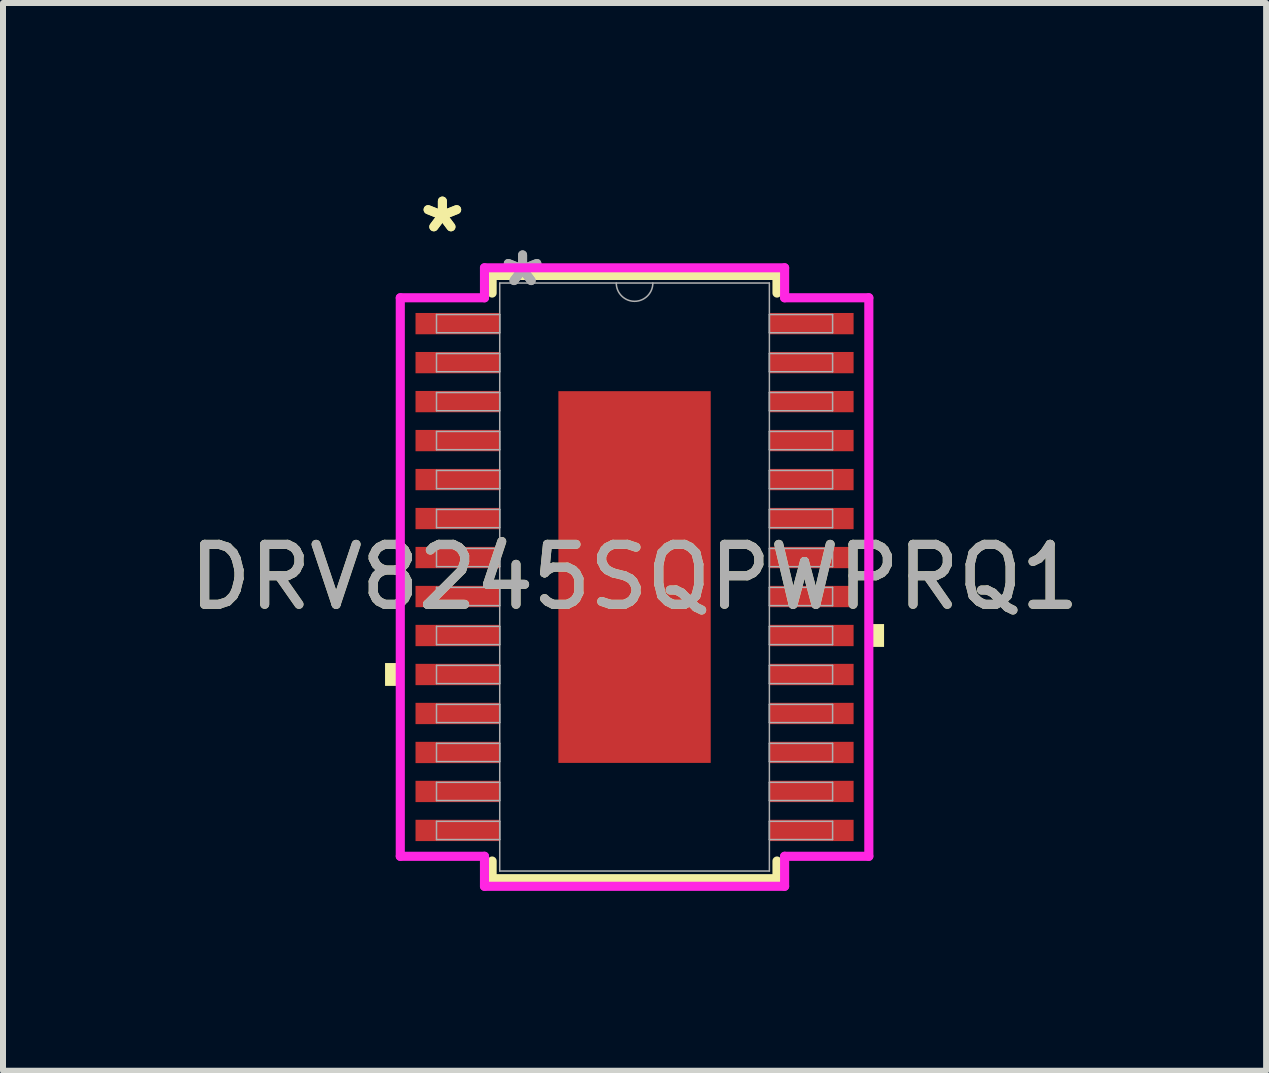
<source format=kicad_pcb>
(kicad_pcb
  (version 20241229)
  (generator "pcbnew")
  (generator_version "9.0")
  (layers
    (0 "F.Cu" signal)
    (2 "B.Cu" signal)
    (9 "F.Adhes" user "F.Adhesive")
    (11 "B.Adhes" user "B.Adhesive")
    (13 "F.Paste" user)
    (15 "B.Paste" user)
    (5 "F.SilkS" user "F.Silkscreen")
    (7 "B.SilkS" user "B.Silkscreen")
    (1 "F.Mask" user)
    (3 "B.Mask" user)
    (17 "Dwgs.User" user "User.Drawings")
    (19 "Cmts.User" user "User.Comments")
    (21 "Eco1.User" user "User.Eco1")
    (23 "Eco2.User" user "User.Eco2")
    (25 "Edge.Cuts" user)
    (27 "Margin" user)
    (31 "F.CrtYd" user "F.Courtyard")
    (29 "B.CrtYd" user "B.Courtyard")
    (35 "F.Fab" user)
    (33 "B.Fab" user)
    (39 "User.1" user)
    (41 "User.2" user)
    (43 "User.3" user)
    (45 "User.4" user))
  (footprint "DRV8245SQPWPRQ1"
    (layer "F.Cu")
    (at 7.53 6.571)
    (property "Reference" "DRV8245SQPWPRQ1" (at 0 0 0) (unlocked yes) (layer "F.SilkS") (effects (font (size 1 1) (thickness 0.15))))
    (attr smd)
    (fp_line (start -2.375 -5.029) (end -2.375 -4.735) (stroke (width 0.152) (type solid)) (layer "F.SilkS"))
    (fp_line (start -2.375 4.735) (end -2.375 5.029) (stroke (width 0.152) (type solid)) (layer "F.SilkS"))
    (fp_line (start -2.375 5.029) (end 2.375 5.029) (stroke (width 0.152) (type solid)) (layer "F.SilkS"))
    (fp_line (start 2.375 -5.029) (end -2.375 -5.029) (stroke (width 0.152) (type solid)) (layer "F.SilkS"))
    (fp_line (start 2.375 -4.735) (end 2.375 -5.029) (stroke (width 0.152) (type solid)) (layer "F.SilkS"))
    (fp_line (start 2.375 5.029) (end 2.375 4.735) (stroke (width 0.152) (type solid)) (layer "F.SilkS"))
    (fp_poly (pts (xy -4.16 1.434) (xy -4.16 1.815) (xy -3.906 1.815) (xy -3.906 1.434)) (stroke (width 0) (type solid)) (fill yes) (layer "F.SilkS"))
    (fp_poly (pts (xy 4.16 0.784) (xy 4.16 1.165) (xy 3.906 1.165) (xy 3.906 0.784)) (stroke (width 0) (type solid)) (fill yes) (layer "F.SilkS"))
    (fp_poly (pts (xy -1.17 -2.999) (xy -1.17 -1.649) (xy -0.1 -1.649) (xy -0.1 -2.999)) (stroke (width 0) (type solid)) (fill yes) (layer "F.Paste"))
    (fp_poly (pts (xy -1.17 -1.449) (xy -1.17 -0.1) (xy -0.1 -0.1) (xy -0.1 -1.449)) (stroke (width 0) (type solid)) (fill yes) (layer "F.Paste"))
    (fp_poly (pts (xy -1.17 0.1) (xy -1.17 1.449) (xy -0.1 1.449) (xy -0.1 0.1)) (stroke (width 0) (type solid)) (fill yes) (layer "F.Paste"))
    (fp_poly (pts (xy -1.17 1.649) (xy -1.17 2.999) (xy -0.1 2.999) (xy -0.1 1.649)) (stroke (width 0) (type solid)) (fill yes) (layer "F.Paste"))
    (fp_poly (pts (xy 0.1 -2.999) (xy 0.1 -1.649) (xy 1.17 -1.649) (xy 1.17 -2.999)) (stroke (width 0) (type solid)) (fill yes) (layer "F.Paste"))
    (fp_poly (pts (xy 0.1 -1.449) (xy 0.1 -0.1) (xy 1.17 -0.1) (xy 1.17 -1.449)) (stroke (width 0) (type solid)) (fill yes) (layer "F.Paste"))
    (fp_poly (pts (xy 0.1 0.1) (xy 0.1 1.449) (xy 1.17 1.449) (xy 1.17 0.1)) (stroke (width 0) (type solid)) (fill yes) (layer "F.Paste"))
    (fp_poly (pts (xy 0.1 1.649) (xy 0.1 2.999) (xy 1.17 2.999) (xy 1.17 1.649)) (stroke (width 0) (type solid)) (fill yes) (layer "F.Paste"))
    (fp_line (start -3.906 -4.656) (end -2.502 -4.656) (stroke (width 0.152) (type solid)) (layer "F.CrtYd"))
    (fp_line (start -3.906 4.656) (end -3.906 -4.656) (stroke (width 0.152) (type solid)) (layer "F.CrtYd"))
    (fp_line (start -3.906 4.656) (end -2.502 4.656) (stroke (width 0.152) (type solid)) (layer "F.CrtYd"))
    (fp_line (start -2.502 -5.156) (end 2.502 -5.156) (stroke (width 0.152) (type solid)) (layer "F.CrtYd"))
    (fp_line (start -2.502 -4.656) (end -2.502 -5.156) (stroke (width 0.152) (type solid)) (layer "F.CrtYd"))
    (fp_line (start -2.502 5.156) (end -2.502 4.656) (stroke (width 0.152) (type solid)) (layer "F.CrtYd"))
    (fp_line (start 2.502 -5.156) (end 2.502 -4.656) (stroke (width 0.152) (type solid)) (layer "F.CrtYd"))
    (fp_line (start 2.502 4.656) (end 2.502 5.156) (stroke (width 0.152) (type solid)) (layer "F.CrtYd"))
    (fp_line (start 2.502 5.156) (end -2.502 5.156) (stroke (width 0.152) (type solid)) (layer "F.CrtYd"))
    (fp_line (start 3.906 -4.656) (end 2.502 -4.656) (stroke (width 0.152) (type solid)) (layer "F.CrtYd"))
    (fp_line (start 3.906 -4.656) (end 3.906 4.656) (stroke (width 0.152) (type solid)) (layer "F.CrtYd"))
    (fp_line (start 3.906 4.656) (end 2.502 4.656) (stroke (width 0.152) (type solid)) (layer "F.CrtYd"))
    (fp_line (start -3.302 -4.377) (end -3.302 -4.073) (stroke (width 0.025) (type solid)) (layer "F.Fab"))
    (fp_line (start -3.302 -4.073) (end -2.248 -4.073) (stroke (width 0.025) (type solid)) (layer "F.Fab"))
    (fp_line (start -3.302 -3.727) (end -3.302 -3.423) (stroke (width 0.025) (type solid)) (layer "F.Fab"))
    (fp_line (start -3.302 -3.423) (end -2.248 -3.423) (stroke (width 0.025) (type solid)) (layer "F.Fab"))
    (fp_line (start -3.302 -3.077) (end -3.302 -2.773) (stroke (width 0.025) (type solid)) (layer "F.Fab"))
    (fp_line (start -3.302 -2.773) (end -2.248 -2.773) (stroke (width 0.025) (type solid)) (layer "F.Fab"))
    (fp_line (start -3.302 -2.427) (end -3.302 -2.123) (stroke (width 0.025) (type solid)) (layer "F.Fab"))
    (fp_line (start -3.302 -2.123) (end -2.248 -2.123) (stroke (width 0.025) (type solid)) (layer "F.Fab"))
    (fp_line (start -3.302 -1.777) (end -3.302 -1.473) (stroke (width 0.025) (type solid)) (layer "F.Fab"))
    (fp_line (start -3.302 -1.473) (end -2.248 -1.473) (stroke (width 0.025) (type solid)) (layer "F.Fab"))
    (fp_line (start -3.302 -1.127) (end -3.302 -0.823) (stroke (width 0.025) (type solid)) (layer "F.Fab"))
    (fp_line (start -3.302 -0.823) (end -2.248 -0.823) (stroke (width 0.025) (type solid)) (layer "F.Fab"))
    (fp_line (start -3.302 -0.477) (end -3.302 -0.173) (stroke (width 0.025) (type solid)) (layer "F.Fab"))
    (fp_line (start -3.302 -0.173) (end -2.248 -0.173) (stroke (width 0.025) (type solid)) (layer "F.Fab"))
    (fp_line (start -3.302 0.173) (end -3.302 0.477) (stroke (width 0.025) (type solid)) (layer "F.Fab"))
    (fp_line (start -3.302 0.477) (end -2.248 0.477) (stroke (width 0.025) (type solid)) (layer "F.Fab"))
    (fp_line (start -3.302 0.823) (end -3.302 1.127) (stroke (width 0.025) (type solid)) (layer "F.Fab"))
    (fp_line (start -3.302 1.127) (end -2.248 1.127) (stroke (width 0.025) (type solid)) (layer "F.Fab"))
    (fp_line (start -3.302 1.473) (end -3.302 1.777) (stroke (width 0.025) (type solid)) (layer "F.Fab"))
    (fp_line (start -3.302 1.777) (end -2.248 1.777) (stroke (width 0.025) (type solid)) (layer "F.Fab"))
    (fp_line (start -3.302 2.123) (end -3.302 2.427) (stroke (width 0.025) (type solid)) (layer "F.Fab"))
    (fp_line (start -3.302 2.427) (end -2.248 2.427) (stroke (width 0.025) (type solid)) (layer "F.Fab"))
    (fp_line (start -3.302 2.773) (end -3.302 3.077) (stroke (width 0.025) (type solid)) (layer "F.Fab"))
    (fp_line (start -3.302 3.077) (end -2.248 3.077) (stroke (width 0.025) (type solid)) (layer "F.Fab"))
    (fp_line (start -3.302 3.423) (end -3.302 3.727) (stroke (width 0.025) (type solid)) (layer "F.Fab"))
    (fp_line (start -3.302 3.727) (end -2.248 3.727) (stroke (width 0.025) (type solid)) (layer "F.Fab"))
    (fp_line (start -3.302 4.073) (end -3.302 4.377) (stroke (width 0.025) (type solid)) (layer "F.Fab"))
    (fp_line (start -3.302 4.377) (end -2.248 4.377) (stroke (width 0.025) (type solid)) (layer "F.Fab"))
    (fp_line (start -2.248 -4.902) (end -2.248 4.902) (stroke (width 0.025) (type solid)) (layer "F.Fab"))
    (fp_line (start -2.248 -4.377) (end -3.302 -4.377) (stroke (width 0.025) (type solid)) (layer "F.Fab"))
    (fp_line (start -2.248 -4.073) (end -2.248 -4.377) (stroke (width 0.025) (type solid)) (layer "F.Fab"))
    (fp_line (start -2.248 -3.727) (end -3.302 -3.727) (stroke (width 0.025) (type solid)) (layer "F.Fab"))
    (fp_line (start -2.248 -3.423) (end -2.248 -3.727) (stroke (width 0.025) (type solid)) (layer "F.Fab"))
    (fp_line (start -2.248 -3.077) (end -3.302 -3.077) (stroke (width 0.025) (type solid)) (layer "F.Fab"))
    (fp_line (start -2.248 -2.773) (end -2.248 -3.077) (stroke (width 0.025) (type solid)) (layer "F.Fab"))
    (fp_line (start -2.248 -2.427) (end -3.302 -2.427) (stroke (width 0.025) (type solid)) (layer "F.Fab"))
    (fp_line (start -2.248 -2.123) (end -2.248 -2.427) (stroke (width 0.025) (type solid)) (layer "F.Fab"))
    (fp_line (start -2.248 -1.777) (end -3.302 -1.777) (stroke (width 0.025) (type solid)) (layer "F.Fab"))
    (fp_line (start -2.248 -1.473) (end -2.248 -1.777) (stroke (width 0.025) (type solid)) (layer "F.Fab"))
    (fp_line (start -2.248 -1.127) (end -3.302 -1.127) (stroke (width 0.025) (type solid)) (layer "F.Fab"))
    (fp_line (start -2.248 -0.823) (end -2.248 -1.127) (stroke (width 0.025) (type solid)) (layer "F.Fab"))
    (fp_line (start -2.248 -0.477) (end -3.302 -0.477) (stroke (width 0.025) (type solid)) (layer "F.Fab"))
    (fp_line (start -2.248 -0.173) (end -2.248 -0.477) (stroke (width 0.025) (type solid)) (layer "F.Fab"))
    (fp_line (start -2.248 0.173) (end -3.302 0.173) (stroke (width 0.025) (type solid)) (layer "F.Fab"))
    (fp_line (start -2.248 0.477) (end -2.248 0.173) (stroke (width 0.025) (type solid)) (layer "F.Fab"))
    (fp_line (start -2.248 0.823) (end -3.302 0.823) (stroke (width 0.025) (type solid)) (layer "F.Fab"))
    (fp_line (start -2.248 1.127) (end -2.248 0.823) (stroke (width 0.025) (type solid)) (layer "F.Fab"))
    (fp_line (start -2.248 1.473) (end -3.302 1.473) (stroke (width 0.025) (type solid)) (layer "F.Fab"))
    (fp_line (start -2.248 1.777) (end -2.248 1.473) (stroke (width 0.025) (type solid)) (layer "F.Fab"))
    (fp_line (start -2.248 2.123) (end -3.302 2.123) (stroke (width 0.025) (type solid)) (layer "F.Fab"))
    (fp_line (start -2.248 2.427) (end -2.248 2.123) (stroke (width 0.025) (type solid)) (layer "F.Fab"))
    (fp_line (start -2.248 2.773) (end -3.302 2.773) (stroke (width 0.025) (type solid)) (layer "F.Fab"))
    (fp_line (start -2.248 3.077) (end -2.248 2.773) (stroke (width 0.025) (type solid)) (layer "F.Fab"))
    (fp_line (start -2.248 3.423) (end -3.302 3.423) (stroke (width 0.025) (type solid)) (layer "F.Fab"))
    (fp_line (start -2.248 3.727) (end -2.248 3.423) (stroke (width 0.025) (type solid)) (layer "F.Fab"))
    (fp_line (start -2.248 4.073) (end -3.302 4.073) (stroke (width 0.025) (type solid)) (layer "F.Fab"))
    (fp_line (start -2.248 4.377) (end -2.248 4.073) (stroke (width 0.025) (type solid)) (layer "F.Fab"))
    (fp_line (start -2.248 4.902) (end 2.248 4.902) (stroke (width 0.025) (type solid)) (layer "F.Fab"))
    (fp_line (start 2.248 -4.902) (end -2.248 -4.902) (stroke (width 0.025) (type solid)) (layer "F.Fab"))
    (fp_line (start 2.248 -4.377) (end 2.248 -4.073) (stroke (width 0.025) (type solid)) (layer "F.Fab"))
    (fp_line (start 2.248 -4.073) (end 3.302 -4.073) (stroke (width 0.025) (type solid)) (layer "F.Fab"))
    (fp_line (start 2.248 -3.727) (end 2.248 -3.423) (stroke (width 0.025) (type solid)) (layer "F.Fab"))
    (fp_line (start 2.248 -3.423) (end 3.302 -3.423) (stroke (width 0.025) (type solid)) (layer "F.Fab"))
    (fp_line (start 2.248 -3.077) (end 2.248 -2.773) (stroke (width 0.025) (type solid)) (layer "F.Fab"))
    (fp_line (start 2.248 -2.773) (end 3.302 -2.773) (stroke (width 0.025) (type solid)) (layer "F.Fab"))
    (fp_line (start 2.248 -2.427) (end 2.248 -2.123) (stroke (width 0.025) (type solid)) (layer "F.Fab"))
    (fp_line (start 2.248 -2.123) (end 3.302 -2.123) (stroke (width 0.025) (type solid)) (layer "F.Fab"))
    (fp_line (start 2.248 -1.777) (end 2.248 -1.473) (stroke (width 0.025) (type solid)) (layer "F.Fab"))
    (fp_line (start 2.248 -1.473) (end 3.302 -1.473) (stroke (width 0.025) (type solid)) (layer "F.Fab"))
    (fp_line (start 2.248 -1.127) (end 2.248 -0.823) (stroke (width 0.025) (type solid)) (layer "F.Fab"))
    (fp_line (start 2.248 -0.823) (end 3.302 -0.823) (stroke (width 0.025) (type solid)) (layer "F.Fab"))
    (fp_line (start 2.248 -0.477) (end 2.248 -0.173) (stroke (width 0.025) (type solid)) (layer "F.Fab"))
    (fp_line (start 2.248 -0.173) (end 3.302 -0.173) (stroke (width 0.025) (type solid)) (layer "F.Fab"))
    (fp_line (start 2.248 0.173) (end 2.248 0.477) (stroke (width 0.025) (type solid)) (layer "F.Fab"))
    (fp_line (start 2.248 0.477) (end 3.302 0.477) (stroke (width 0.025) (type solid)) (layer "F.Fab"))
    (fp_line (start 2.248 0.823) (end 2.248 1.127) (stroke (width 0.025) (type solid)) (layer "F.Fab"))
    (fp_line (start 2.248 1.127) (end 3.302 1.127) (stroke (width 0.025) (type solid)) (layer "F.Fab"))
    (fp_line (start 2.248 1.473) (end 2.248 1.777) (stroke (width 0.025) (type solid)) (layer "F.Fab"))
    (fp_line (start 2.248 1.777) (end 3.302 1.777) (stroke (width 0.025) (type solid)) (layer "F.Fab"))
    (fp_line (start 2.248 2.123) (end 2.248 2.427) (stroke (width 0.025) (type solid)) (layer "F.Fab"))
    (fp_line (start 2.248 2.427) (end 3.302 2.427) (stroke (width 0.025) (type solid)) (layer "F.Fab"))
    (fp_line (start 2.248 2.773) (end 2.248 3.077) (stroke (width 0.025) (type solid)) (layer "F.Fab"))
    (fp_line (start 2.248 3.077) (end 3.302 3.077) (stroke (width 0.025) (type solid)) (layer "F.Fab"))
    (fp_line (start 2.248 3.423) (end 2.248 3.727) (stroke (width 0.025) (type solid)) (layer "F.Fab"))
    (fp_line (start 2.248 3.727) (end 3.302 3.727) (stroke (width 0.025) (type solid)) (layer "F.Fab"))
    (fp_line (start 2.248 4.073) (end 2.248 4.377) (stroke (width 0.025) (type solid)) (layer "F.Fab"))
    (fp_line (start 2.248 4.377) (end 3.302 4.377) (stroke (width 0.025) (type solid)) (layer "F.Fab"))
    (fp_line (start 2.248 4.902) (end 2.248 -4.902) (stroke (width 0.025) (type solid)) (layer "F.Fab"))
    (fp_line (start 3.302 -4.377) (end 2.248 -4.377) (stroke (width 0.025) (type solid)) (layer "F.Fab"))
    (fp_line (start 3.302 -4.073) (end 3.302 -4.377) (stroke (width 0.025) (type solid)) (layer "F.Fab"))
    (fp_line (start 3.302 -3.727) (end 2.248 -3.727) (stroke (width 0.025) (type solid)) (layer "F.Fab"))
    (fp_line (start 3.302 -3.423) (end 3.302 -3.727) (stroke (width 0.025) (type solid)) (layer "F.Fab"))
    (fp_line (start 3.302 -3.077) (end 2.248 -3.077) (stroke (width 0.025) (type solid)) (layer "F.Fab"))
    (fp_line (start 3.302 -2.773) (end 3.302 -3.077) (stroke (width 0.025) (type solid)) (layer "F.Fab"))
    (fp_line (start 3.302 -2.427) (end 2.248 -2.427) (stroke (width 0.025) (type solid)) (layer "F.Fab"))
    (fp_line (start 3.302 -2.123) (end 3.302 -2.427) (stroke (width 0.025) (type solid)) (layer "F.Fab"))
    (fp_line (start 3.302 -1.777) (end 2.248 -1.777) (stroke (width 0.025) (type solid)) (layer "F.Fab"))
    (fp_line (start 3.302 -1.473) (end 3.302 -1.777) (stroke (width 0.025) (type solid)) (layer "F.Fab"))
    (fp_line (start 3.302 -1.127) (end 2.248 -1.127) (stroke (width 0.025) (type solid)) (layer "F.Fab"))
    (fp_line (start 3.302 -0.823) (end 3.302 -1.127) (stroke (width 0.025) (type solid)) (layer "F.Fab"))
    (fp_line (start 3.302 -0.477) (end 2.248 -0.477) (stroke (width 0.025) (type solid)) (layer "F.Fab"))
    (fp_line (start 3.302 -0.173) (end 3.302 -0.477) (stroke (width 0.025) (type solid)) (layer "F.Fab"))
    (fp_line (start 3.302 0.173) (end 2.248 0.173) (stroke (width 0.025) (type solid)) (layer "F.Fab"))
    (fp_line (start 3.302 0.477) (end 3.302 0.173) (stroke (width 0.025) (type solid)) (layer "F.Fab"))
    (fp_line (start 3.302 0.823) (end 2.248 0.823) (stroke (width 0.025) (type solid)) (layer "F.Fab"))
    (fp_line (start 3.302 1.127) (end 3.302 0.823) (stroke (width 0.025) (type solid)) (layer "F.Fab"))
    (fp_line (start 3.302 1.473) (end 2.248 1.473) (stroke (width 0.025) (type solid)) (layer "F.Fab"))
    (fp_line (start 3.302 1.777) (end 3.302 1.473) (stroke (width 0.025) (type solid)) (layer "F.Fab"))
    (fp_line (start 3.302 2.123) (end 2.248 2.123) (stroke (width 0.025) (type solid)) (layer "F.Fab"))
    (fp_line (start 3.302 2.427) (end 3.302 2.123) (stroke (width 0.025) (type solid)) (layer "F.Fab"))
    (fp_line (start 3.302 2.773) (end 2.248 2.773) (stroke (width 0.025) (type solid)) (layer "F.Fab"))
    (fp_line (start 3.302 3.077) (end 3.302 2.773) (stroke (width 0.025) (type solid)) (layer "F.Fab"))
    (fp_line (start 3.302 3.423) (end 2.248 3.423) (stroke (width 0.025) (type solid)) (layer "F.Fab"))
    (fp_line (start 3.302 3.727) (end 3.302 3.423) (stroke (width 0.025) (type solid)) (layer "F.Fab"))
    (fp_line (start 3.302 4.073) (end 2.248 4.073) (stroke (width 0.025) (type solid)) (layer "F.Fab"))
    (fp_line (start 3.302 4.377) (end 3.302 4.073) (stroke (width 0.025) (type solid)) (layer "F.Fab"))
    (fp_arc (start 0.3048 -4.9022) (mid 0 -4.5974) (end -0.3048 -4.9022) (stroke (width 0.0254) (type solid)) (layer "F.Fab"))
    (fp_text user "*" (at -3.204 -5.723 0) (layer "F.SilkS") (effects (font (size 1 1) (thickness 0.15))))
    (fp_text user "*" (at -3.204 -5.723 0) (unlocked yes) (layer "F.SilkS") (effects (font (size 1 1) (thickness 0.15))))
    (fp_text user "${REFERENCE}" (at 0 0 0) (unlocked yes) (layer "F.Fab") (effects (font (size 1 1) (thickness 0.15))))
    (fp_text user "*" (at -1.867 -4.826 0) (unlocked yes) (layer "F.Fab") (effects (font (size 1 1) (thickness 0.15))))
    (fp_text user "*" (at -1.867 -4.826 0) (layer "F.Fab") (effects (font (size 1 1) (thickness 0.15))))
    (pad "1" smd rect (at -2.95 -4.225) (size 1.404 0.355) (layers "F.Cu" "F.Mask" "F.Paste"))
    (pad "2" smd rect (at -2.95 -3.575) (size 1.404 0.355) (layers "F.Cu" "F.Mask" "F.Paste"))
    (pad "3" smd rect (at -2.95 -2.925) (size 1.404 0.355) (layers "F.Cu" "F.Mask" "F.Paste"))
    (pad "4" smd rect (at -2.95 -2.275) (size 1.404 0.355) (layers "F.Cu" "F.Mask" "F.Paste"))
    (pad "5" smd rect (at -2.95 -1.625) (size 1.404 0.355) (layers "F.Cu" "F.Mask" "F.Paste"))
    (pad "6" smd rect (at -2.95 -0.975) (size 1.404 0.355) (layers "F.Cu" "F.Mask" "F.Paste"))
    (pad "7" smd rect (at -2.95 -0.325) (size 1.404 0.355) (layers "F.Cu" "F.Mask" "F.Paste"))
    (pad "8" smd rect (at -2.95 0.325) (size 1.404 0.355) (layers "F.Cu" "F.Mask" "F.Paste"))
    (pad "9" smd rect (at -2.95 0.975) (size 1.404 0.355) (layers "F.Cu" "F.Mask" "F.Paste"))
    (pad "10" smd rect (at -2.95 1.625) (size 1.404 0.355) (layers "F.Cu" "F.Mask" "F.Paste"))
    (pad "11" smd rect (at -2.95 2.275) (size 1.404 0.355) (layers "F.Cu" "F.Mask" "F.Paste"))
    (pad "12" smd rect (at -2.95 2.925) (size 1.404 0.355) (layers "F.Cu" "F.Mask" "F.Paste"))
    (pad "13" smd rect (at -2.95 3.575) (size 1.404 0.355) (layers "F.Cu" "F.Mask" "F.Paste"))
    (pad "14" smd rect (at -2.95 4.225) (size 1.404 0.355) (layers "F.Cu" "F.Mask" "F.Paste"))
    (pad "15" smd rect (at 2.95 4.225) (size 1.404 0.355) (layers "F.Cu" "F.Mask" "F.Paste"))
    (pad "16" smd rect (at 2.95 3.575) (size 1.404 0.355) (layers "F.Cu" "F.Mask" "F.Paste"))
    (pad "17" smd rect (at 2.95 2.925) (size 1.404 0.355) (layers "F.Cu" "F.Mask" "F.Paste"))
    (pad "18" smd rect (at 2.95 2.275) (size 1.404 0.355) (layers "F.Cu" "F.Mask" "F.Paste"))
    (pad "19" smd rect (at 2.95 1.625) (size 1.404 0.355) (layers "F.Cu" "F.Mask" "F.Paste"))
    (pad "20" smd rect (at 2.95 0.975) (size 1.404 0.355) (layers "F.Cu" "F.Mask" "F.Paste"))
    (pad "21" smd rect (at 2.95 0.325) (size 1.404 0.355) (layers "F.Cu" "F.Mask" "F.Paste"))
    (pad "22" smd rect (at 2.95 -0.325) (size 1.404 0.355) (layers "F.Cu" "F.Mask" "F.Paste"))
    (pad "23" smd rect (at 2.95 -0.975) (size 1.404 0.355) (layers "F.Cu" "F.Mask" "F.Paste"))
    (pad "24" smd rect (at 2.95 -1.625) (size 1.404 0.355) (layers "F.Cu" "F.Mask" "F.Paste"))
    (pad "25" smd rect (at 2.95 -2.275) (size 1.404 0.355) (layers "F.Cu" "F.Mask" "F.Paste"))
    (pad "26" smd rect (at 2.95 -2.925) (size 1.404 0.355) (layers "F.Cu" "F.Mask" "F.Paste"))
    (pad "27" smd rect (at 2.95 -3.575) (size 1.404 0.355) (layers "F.Cu" "F.Mask" "F.Paste"))
    (pad "28" smd rect (at 2.95 -4.225) (size 1.404 0.355) (layers "F.Cu" "F.Mask" "F.Paste"))
    (pad "EPAD" smd rect (at 0 0) (size 2.54 6.198) (layers "F.Cu" "F.Mask")))
  (gr_rect
    (start -3 -3)
    (end 18.06 14.803)
    (stroke (width 0.1) (type default))
    (fill no)
    (layer "Edge.Cuts")))
</source>
